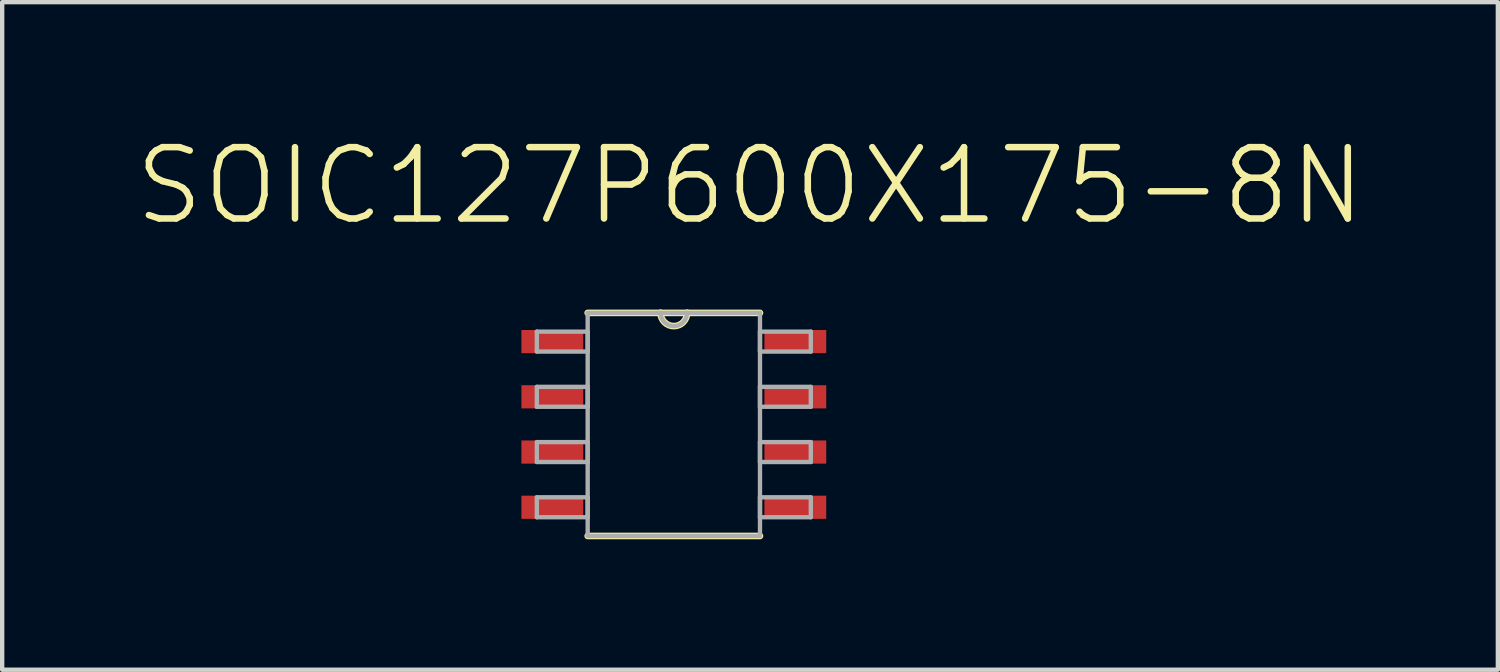
<source format=kicad_pcb>
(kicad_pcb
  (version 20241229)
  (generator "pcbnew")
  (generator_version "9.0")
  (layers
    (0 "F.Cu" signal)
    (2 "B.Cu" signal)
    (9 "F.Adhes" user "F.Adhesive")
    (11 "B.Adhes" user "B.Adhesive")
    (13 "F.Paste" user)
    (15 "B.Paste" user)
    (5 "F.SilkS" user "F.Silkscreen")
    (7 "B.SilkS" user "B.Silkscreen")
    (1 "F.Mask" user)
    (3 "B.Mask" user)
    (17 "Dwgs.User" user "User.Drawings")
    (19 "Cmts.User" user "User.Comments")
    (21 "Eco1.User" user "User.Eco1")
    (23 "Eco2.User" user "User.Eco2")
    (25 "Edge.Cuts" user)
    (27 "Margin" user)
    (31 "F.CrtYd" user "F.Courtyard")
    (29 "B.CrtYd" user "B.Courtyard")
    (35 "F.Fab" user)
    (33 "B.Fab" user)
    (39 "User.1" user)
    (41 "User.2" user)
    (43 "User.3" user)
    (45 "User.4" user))
  (footprint "SOIC127P600X175-8N"
    (layer "F.Cu")
    (at 12.445 6.71)
    (property "Reference" "SOIC127P600X175-8N" (at 1.753 -5.487 0) (layer "F.SilkS") (effects (font (size 1.64 1.64) (thickness 0.15))))
    (attr smd)
    (fp_line (start -1.981 2.565) (end 1.981 2.565) (stroke (width 0.152) (type solid)) (layer "F.SilkS"))
    (fp_line (start -0.305 -2.565) (end -1.981 -2.565) (stroke (width 0.152) (type solid)) (layer "F.SilkS"))
    (fp_line (start 0.305 -2.565) (end -0.305 -2.565) (stroke (width 0.152) (type solid)) (layer "F.SilkS"))
    (fp_line (start 1.981 -2.565) (end 0.305 -2.565) (stroke (width 0.152) (type solid)) (layer "F.SilkS"))
    (fp_arc (start 0.3048 -2.5654) (mid 0 -2.2606) (end -0.3048 -2.5654) (stroke (width 0.1524) (type solid)) (layer "F.SilkS"))
    (fp_line (start -3.15 -2.134) (end -3.15 -1.676) (stroke (width 0.1) (type solid)) (layer "F.Fab"))
    (fp_line (start -3.15 -1.676) (end -1.981 -1.676) (stroke (width 0.1) (type solid)) (layer "F.Fab"))
    (fp_line (start -3.15 -0.864) (end -3.15 -0.406) (stroke (width 0.1) (type solid)) (layer "F.Fab"))
    (fp_line (start -3.15 -0.406) (end -1.981 -0.406) (stroke (width 0.1) (type solid)) (layer "F.Fab"))
    (fp_line (start -3.15 0.406) (end -3.15 0.864) (stroke (width 0.1) (type solid)) (layer "F.Fab"))
    (fp_line (start -3.15 0.864) (end -1.981 0.864) (stroke (width 0.1) (type solid)) (layer "F.Fab"))
    (fp_line (start -3.15 1.676) (end -3.15 2.134) (stroke (width 0.1) (type solid)) (layer "F.Fab"))
    (fp_line (start -3.15 2.134) (end -1.981 2.134) (stroke (width 0.1) (type solid)) (layer "F.Fab"))
    (fp_line (start -1.981 -2.565) (end -1.981 2.565) (stroke (width 0.1) (type solid)) (layer "F.Fab"))
    (fp_line (start -1.981 -2.134) (end -3.15 -2.134) (stroke (width 0.1) (type solid)) (layer "F.Fab"))
    (fp_line (start -1.981 -1.676) (end -1.981 -2.134) (stroke (width 0.1) (type solid)) (layer "F.Fab"))
    (fp_line (start -1.981 -0.864) (end -3.15 -0.864) (stroke (width 0.1) (type solid)) (layer "F.Fab"))
    (fp_line (start -1.981 -0.406) (end -1.981 -0.864) (stroke (width 0.1) (type solid)) (layer "F.Fab"))
    (fp_line (start -1.981 0.406) (end -3.15 0.406) (stroke (width 0.1) (type solid)) (layer "F.Fab"))
    (fp_line (start -1.981 0.864) (end -1.981 0.406) (stroke (width 0.1) (type solid)) (layer "F.Fab"))
    (fp_line (start -1.981 1.676) (end -3.15 1.676) (stroke (width 0.1) (type solid)) (layer "F.Fab"))
    (fp_line (start -1.981 2.134) (end -1.981 1.676) (stroke (width 0.1) (type solid)) (layer "F.Fab"))
    (fp_line (start -1.981 2.565) (end 1.981 2.565) (stroke (width 0.1) (type solid)) (layer "F.Fab"))
    (fp_line (start -0.305 -2.565) (end -1.981 -2.565) (stroke (width 0.1) (type solid)) (layer "F.Fab"))
    (fp_line (start 0.305 -2.565) (end -0.305 -2.565) (stroke (width 0.1) (type solid)) (layer "F.Fab"))
    (fp_line (start 1.981 -2.565) (end 0.305 -2.565) (stroke (width 0.1) (type solid)) (layer "F.Fab"))
    (fp_line (start 1.981 -2.134) (end 1.981 -1.676) (stroke (width 0.1) (type solid)) (layer "F.Fab"))
    (fp_line (start 1.981 -1.676) (end 3.15 -1.676) (stroke (width 0.1) (type solid)) (layer "F.Fab"))
    (fp_line (start 1.981 -0.864) (end 1.981 -0.406) (stroke (width 0.1) (type solid)) (layer "F.Fab"))
    (fp_line (start 1.981 -0.406) (end 3.15 -0.406) (stroke (width 0.1) (type solid)) (layer "F.Fab"))
    (fp_line (start 1.981 0.406) (end 1.981 0.864) (stroke (width 0.1) (type solid)) (layer "F.Fab"))
    (fp_line (start 1.981 0.864) (end 3.15 0.864) (stroke (width 0.1) (type solid)) (layer "F.Fab"))
    (fp_line (start 1.981 1.676) (end 1.981 2.134) (stroke (width 0.1) (type solid)) (layer "F.Fab"))
    (fp_line (start 1.981 2.134) (end 3.15 2.134) (stroke (width 0.1) (type solid)) (layer "F.Fab"))
    (fp_line (start 1.981 2.565) (end 1.981 -2.565) (stroke (width 0.1) (type solid)) (layer "F.Fab"))
    (fp_line (start 3.15 -2.134) (end 1.981 -2.134) (stroke (width 0.1) (type solid)) (layer "F.Fab"))
    (fp_line (start 3.15 -1.676) (end 3.15 -2.134) (stroke (width 0.1) (type solid)) (layer "F.Fab"))
    (fp_line (start 3.15 -0.864) (end 1.981 -0.864) (stroke (width 0.1) (type solid)) (layer "F.Fab"))
    (fp_line (start 3.15 -0.406) (end 3.15 -0.864) (stroke (width 0.1) (type solid)) (layer "F.Fab"))
    (fp_line (start 3.15 0.406) (end 1.981 0.406) (stroke (width 0.1) (type solid)) (layer "F.Fab"))
    (fp_line (start 3.15 0.864) (end 3.15 0.406) (stroke (width 0.1) (type solid)) (layer "F.Fab"))
    (fp_line (start 3.15 1.676) (end 1.981 1.676) (stroke (width 0.1) (type solid)) (layer "F.Fab"))
    (fp_line (start 3.15 2.134) (end 3.15 1.676) (stroke (width 0.1) (type solid)) (layer "F.Fab"))
    (fp_arc (start 0.3048 -2.5654) (mid 0 -2.2606) (end -0.3048 -2.5654) (stroke (width 0.1) (type solid)) (layer "F.Fab"))
    (pad "1" smd rect (at -2.794 -1.905) (size 1.422 0.533) (layers "F.Cu" "F.Mask" "F.Paste"))
    (pad "2" smd rect (at -2.794 -0.635) (size 1.422 0.533) (layers "F.Cu" "F.Mask" "F.Paste"))
    (pad "3" smd rect (at -2.794 0.635) (size 1.422 0.533) (layers "F.Cu" "F.Mask" "F.Paste"))
    (pad "4" smd rect (at -2.794 1.905) (size 1.422 0.533) (layers "F.Cu" "F.Mask" "F.Paste"))
    (pad "5" smd rect (at 2.794 1.905) (size 1.422 0.533) (layers "F.Cu" "F.Mask" "F.Paste"))
    (pad "6" smd rect (at 2.794 0.635) (size 1.422 0.533) (layers "F.Cu" "F.Mask" "F.Paste"))
    (pad "7" smd rect (at 2.794 -0.635) (size 1.422 0.533) (layers "F.Cu" "F.Mask" "F.Paste"))
    (pad "8" smd rect (at 2.794 -1.905) (size 1.422 0.533) (layers "F.Cu" "F.Mask" "F.Paste")))
  (gr_rect
    (start -3 -3)
    (end 31.394 12.351)
    (stroke (width 0.1) (type default))
    (fill no)
    (layer "Edge.Cuts")))
</source>
